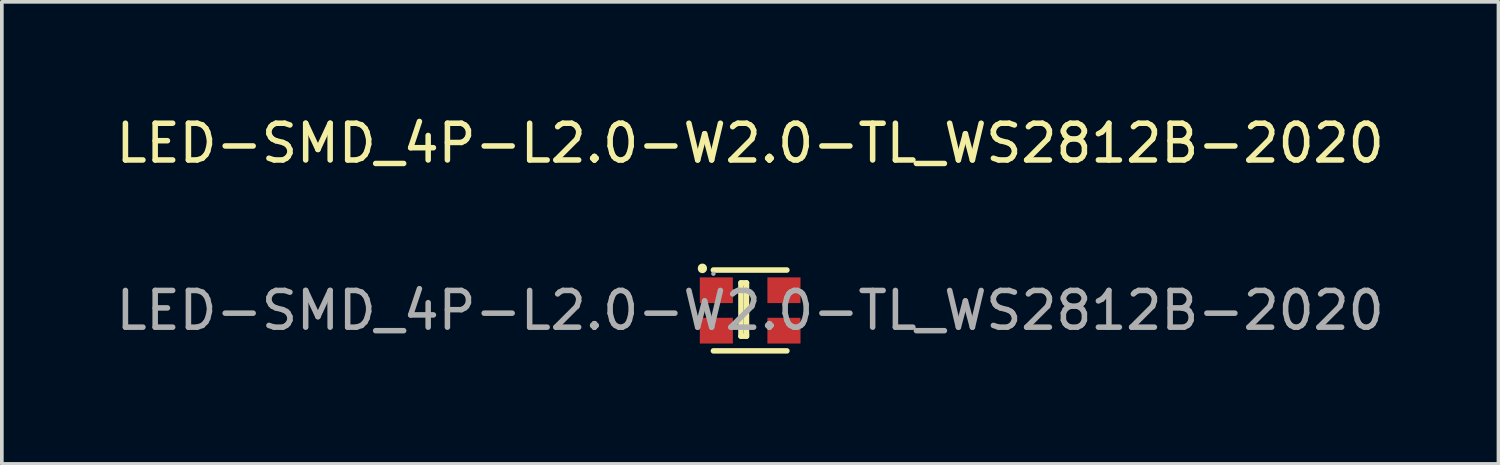
<source format=kicad_pcb>
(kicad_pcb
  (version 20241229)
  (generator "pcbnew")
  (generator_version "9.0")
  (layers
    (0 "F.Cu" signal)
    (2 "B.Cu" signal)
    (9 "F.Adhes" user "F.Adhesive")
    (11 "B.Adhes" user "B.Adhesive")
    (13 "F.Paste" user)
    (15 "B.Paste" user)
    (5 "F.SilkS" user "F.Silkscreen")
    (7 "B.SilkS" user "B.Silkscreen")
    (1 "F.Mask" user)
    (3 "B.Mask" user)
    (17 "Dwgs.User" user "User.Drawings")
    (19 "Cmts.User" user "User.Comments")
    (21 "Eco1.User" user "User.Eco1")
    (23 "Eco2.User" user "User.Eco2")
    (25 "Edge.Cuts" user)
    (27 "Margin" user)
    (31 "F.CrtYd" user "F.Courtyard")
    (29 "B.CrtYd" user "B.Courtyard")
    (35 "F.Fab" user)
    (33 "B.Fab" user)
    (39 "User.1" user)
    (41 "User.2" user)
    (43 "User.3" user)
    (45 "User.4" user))
  (footprint "LED-SMD_4P-L2.0-W2.0-TL_WS2812B-2020"
    (layer "F.Cu")
    (at 17.363 5.398)
    (property "Reference" "LED-SMD_4P-L2.0-W2.0-TL_WS2812B-2020" (at 0 -4.55 0) (layer "F.SilkS") (effects (font (size 1 1) (thickness 0.15))))
    (attr smd)
    (fp_line (start -1.3 -1.15) (end -1.3 -1.14) (stroke (width 0.25) (type solid)) (layer "F.SilkS"))
    (fp_line (start -1 1.1) (end 1 1.1) (stroke (width 0.15) (type solid)) (layer "F.SilkS"))
    (fp_line (start -0.25 -0.75) (end -0.25 0.7) (stroke (width 0.15) (type solid)) (layer "F.SilkS"))
    (fp_line (start -0.25 -0.75) (end -0.1 -0.75) (stroke (width 0.15) (type solid)) (layer "F.SilkS"))
    (fp_line (start -0.1 -0.75) (end -0.1 0.65) (stroke (width 0.15) (type solid)) (layer "F.SilkS"))
    (fp_line (start -0.1 0.65) (end -0.1 0.7) (stroke (width 0.15) (type solid)) (layer "F.SilkS"))
    (fp_line (start -0.1 0.7) (end -0.25 0.7) (stroke (width 0.15) (type solid)) (layer "F.SilkS"))
    (fp_line (start 1 -1.1) (end -1 -1.1) (stroke (width 0.15) (type solid)) (layer "F.SilkS"))
    (fp_circle (center -1 -1) (end -0.97 -1) (stroke (width 0.06) (type solid)) (fill no) (layer "F.Fab"))
    (fp_text user "${REFERENCE}" (at 0 0 0) (layer "F.Fab") (effects (font (size 1 1) (thickness 0.15))))
    (pad "1" smd rect (at -0.92 -0.55) (size 0.9 0.7) (layers "F.Cu" "F.Mask" "F.Paste"))
    (pad "2" smd rect (at -0.92 0.55) (size 0.9 0.7) (layers "F.Cu" "F.Mask" "F.Paste"))
    (pad "3" smd rect (at 0.92 0.55) (size 0.9 0.7) (layers "F.Cu" "F.Mask" "F.Paste"))
    (pad "4" smd rect (at 0.92 -0.55) (size 0.9 0.7) (layers "F.Cu" "F.Mask" "F.Paste")))
  (gr_rect
    (start -3 -3)
    (end 37.726 9.573)
    (stroke (width 0.1) (type default))
    (fill no)
    (layer "Edge.Cuts")))
</source>
